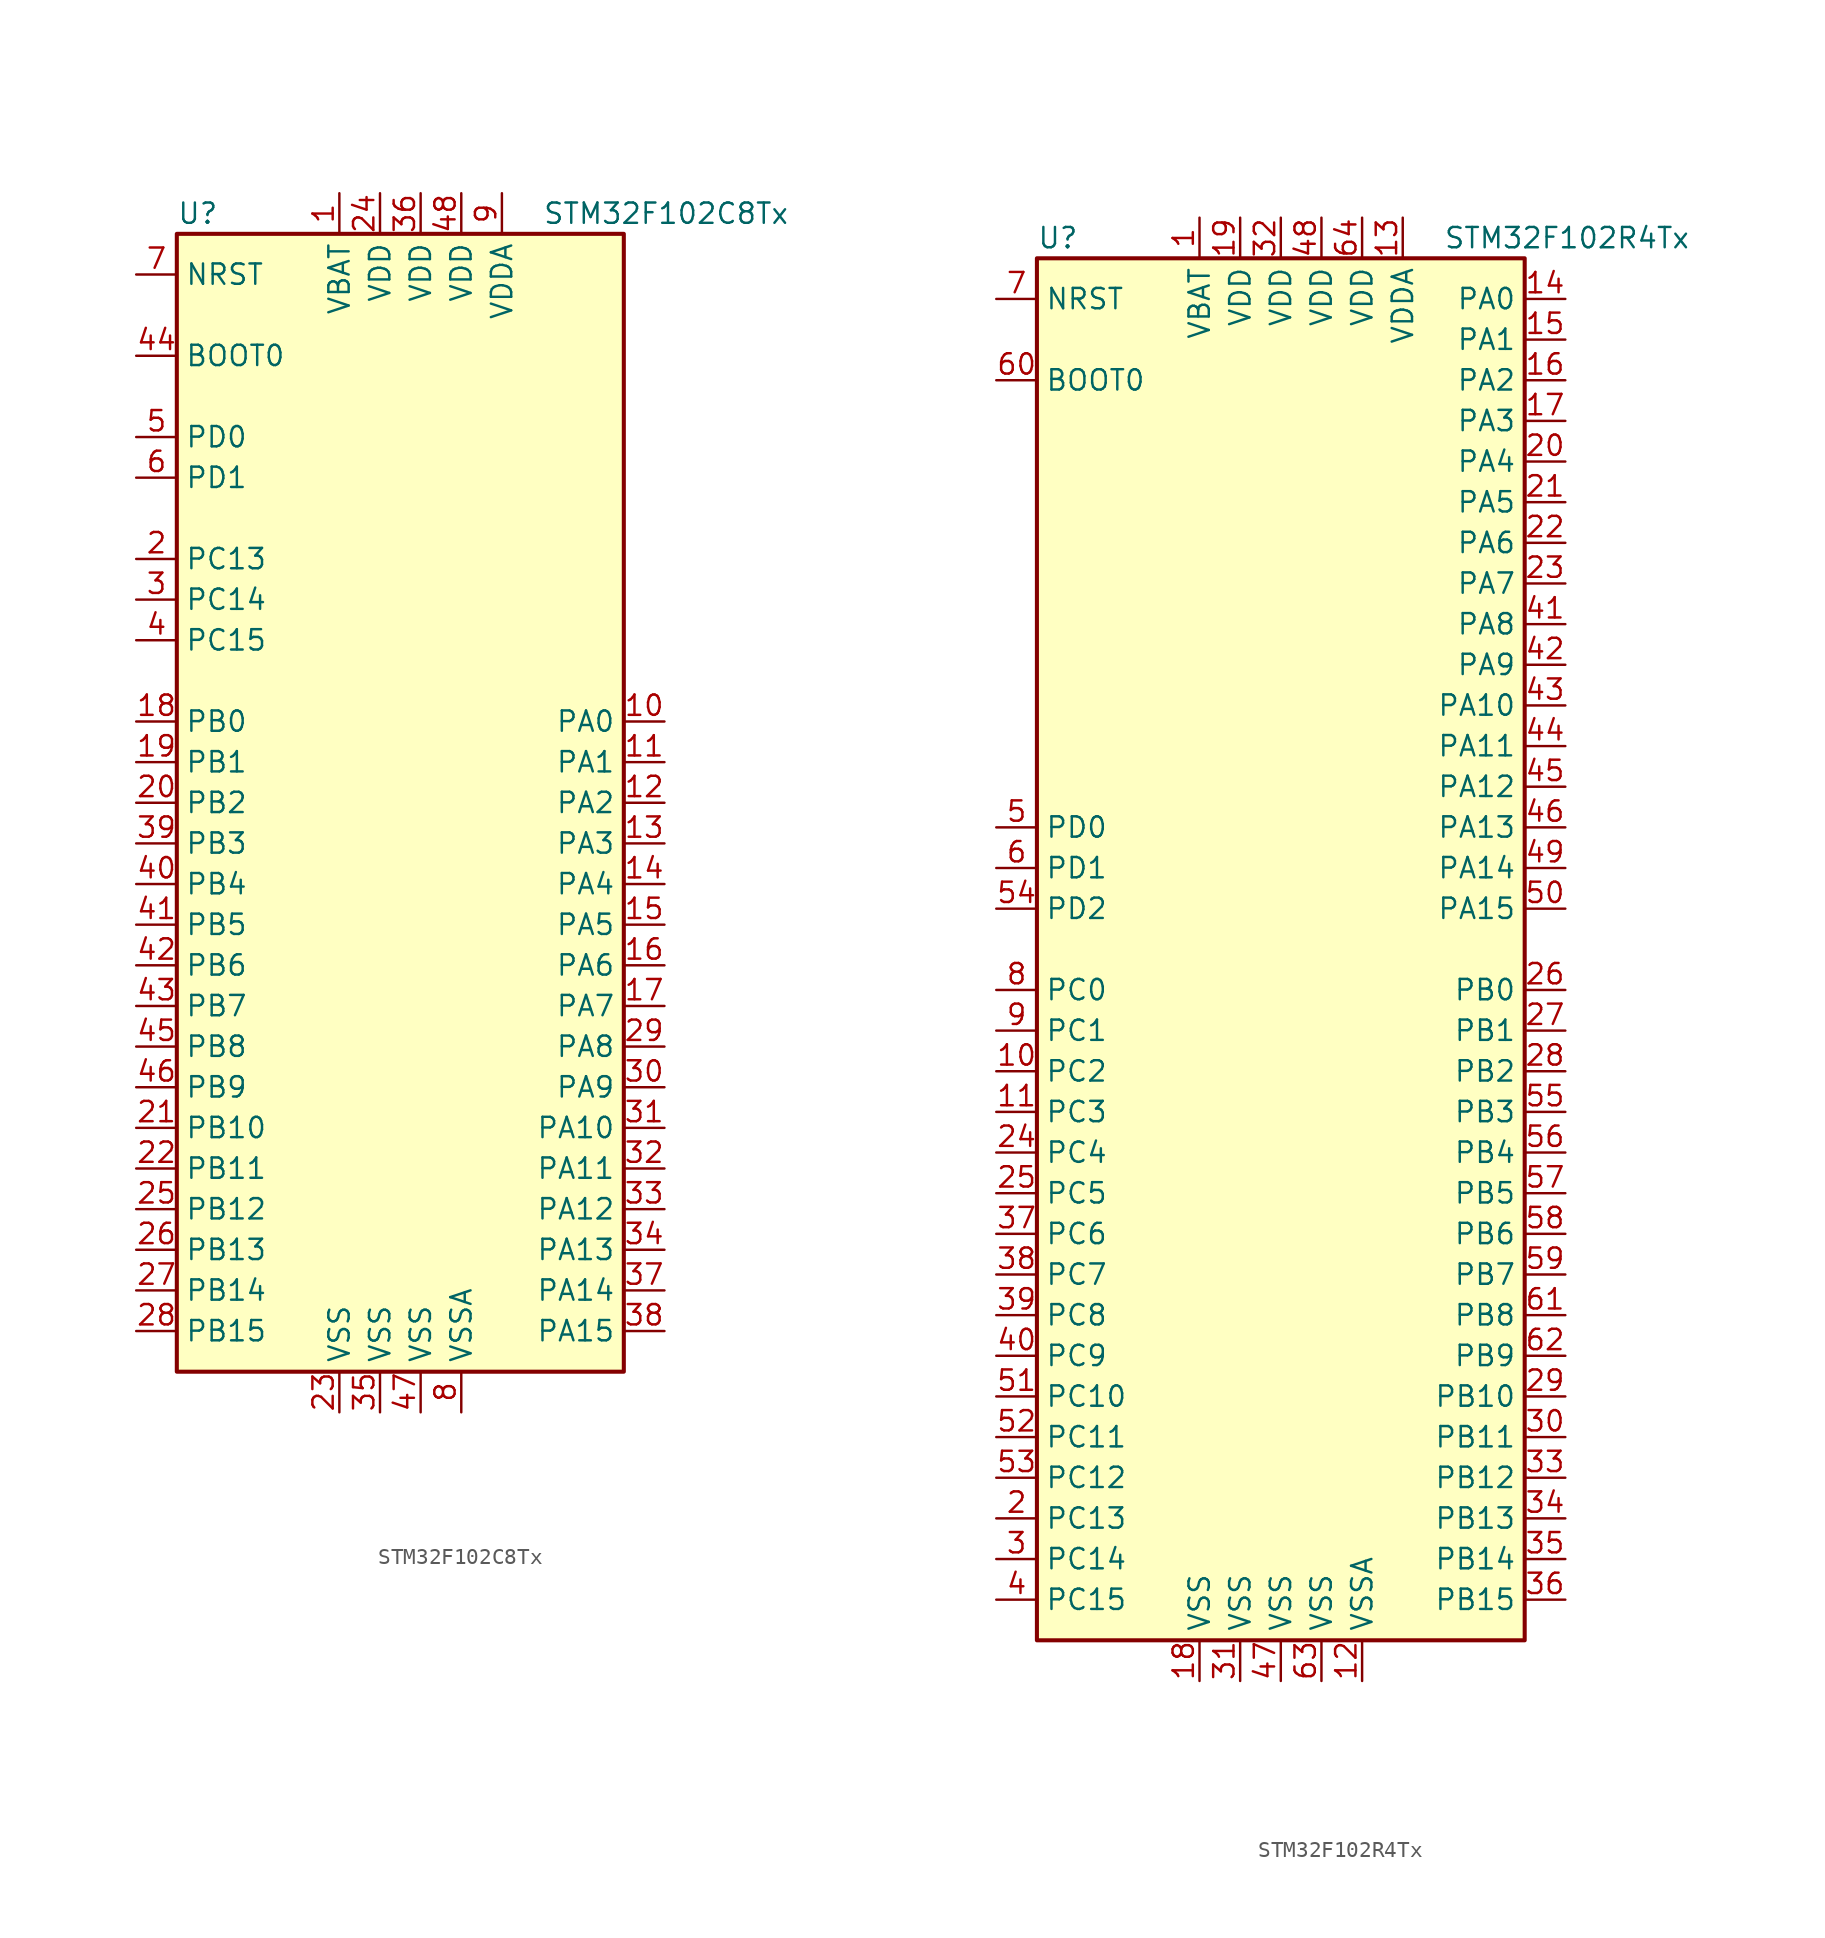
<source format=kicad_sym>
(kicad_symbol_lib
  (version 20201005)
  (generator kicad_symbol_editor)
  (symbol "MCU_ST_STM32F1:STM32F102C8Tx"
    (property "Reference" "U"
      (at -15.24 36.83 0)
      (effects (font (size 1.27 1.27)) (justify left)))
    (property "Value" "STM32F102C8Tx"
      (at 7.62 36.83 0)
      (effects (font (size 1.27 1.27)) (justify left)))
    (symbol "STM32F102C8Tx_0_1"
      (rectangle (start -15.24 -35.56) (end 12.7 35.56) (stroke (width 0.254)) (fill (type background))))
    (symbol "STM32F102C8Tx_1_1"
      (pin input line (at -17.78 27.94 0) (length 2.54) (name "BOOT0" (effects (font (size 1.27 1.27)))) (number "44" (effects (font (size 1.27 1.27)))))
      (pin input line (at -17.78 33.02 0) (length 2.54) (name "NRST" (effects (font (size 1.27 1.27)))) (number "7" (effects (font (size 1.27 1.27)))))
      (pin bidirectional line (at 15.24 5.08 180) (length 2.54) (name "PA0" (effects (font (size 1.27 1.27)))) (number "10" (effects (font (size 1.27 1.27)))))
      (pin bidirectional line (at 15.24 2.54 180) (length 2.54) (name "PA1" (effects (font (size 1.27 1.27)))) (number "11" (effects (font (size 1.27 1.27)))))
      (pin bidirectional line (at 15.24 -20.32 180) (length 2.54) (name "PA10" (effects (font (size 1.27 1.27)))) (number "31" (effects (font (size 1.27 1.27)))))
      (pin bidirectional line (at 15.24 -22.86 180) (length 2.54) (name "PA11" (effects (font (size 1.27 1.27)))) (number "32" (effects (font (size 1.27 1.27)))))
      (pin bidirectional line (at 15.24 -25.4 180) (length 2.54) (name "PA12" (effects (font (size 1.27 1.27)))) (number "33" (effects (font (size 1.27 1.27)))))
      (pin bidirectional line (at 15.24 -27.94 180) (length 2.54) (name "PA13" (effects (font (size 1.27 1.27)))) (number "34" (effects (font (size 1.27 1.27)))))
      (pin bidirectional line (at 15.24 -30.48 180) (length 2.54) (name "PA14" (effects (font (size 1.27 1.27)))) (number "37" (effects (font (size 1.27 1.27)))))
      (pin bidirectional line (at 15.24 -33.02 180) (length 2.54) (name "PA15" (effects (font (size 1.27 1.27)))) (number "38" (effects (font (size 1.27 1.27)))))
      (pin bidirectional line (at 15.24 0 180) (length 2.54) (name "PA2" (effects (font (size 1.27 1.27)))) (number "12" (effects (font (size 1.27 1.27)))))
      (pin bidirectional line (at 15.24 -2.54 180) (length 2.54) (name "PA3" (effects (font (size 1.27 1.27)))) (number "13" (effects (font (size 1.27 1.27)))))
      (pin bidirectional line (at 15.24 -5.08 180) (length 2.54) (name "PA4" (effects (font (size 1.27 1.27)))) (number "14" (effects (font (size 1.27 1.27)))))
      (pin bidirectional line (at 15.24 -7.62 180) (length 2.54) (name "PA5" (effects (font (size 1.27 1.27)))) (number "15" (effects (font (size 1.27 1.27)))))
      (pin bidirectional line (at 15.24 -10.16 180) (length 2.54) (name "PA6" (effects (font (size 1.27 1.27)))) (number "16" (effects (font (size 1.27 1.27)))))
      (pin bidirectional line (at 15.24 -12.7 180) (length 2.54) (name "PA7" (effects (font (size 1.27 1.27)))) (number "17" (effects (font (size 1.27 1.27)))))
      (pin bidirectional line (at 15.24 -15.24 180) (length 2.54) (name "PA8" (effects (font (size 1.27 1.27)))) (number "29" (effects (font (size 1.27 1.27)))))
      (pin bidirectional line (at 15.24 -17.78 180) (length 2.54) (name "PA9" (effects (font (size 1.27 1.27)))) (number "30" (effects (font (size 1.27 1.27)))))
      (pin bidirectional line (at -17.78 5.08 0) (length 2.54) (name "PB0" (effects (font (size 1.27 1.27)))) (number "18" (effects (font (size 1.27 1.27)))))
      (pin bidirectional line (at -17.78 2.54 0) (length 2.54) (name "PB1" (effects (font (size 1.27 1.27)))) (number "19" (effects (font (size 1.27 1.27)))))
      (pin bidirectional line (at -17.78 -20.32 0) (length 2.54) (name "PB10" (effects (font (size 1.27 1.27)))) (number "21" (effects (font (size 1.27 1.27)))))
      (pin bidirectional line (at -17.78 -22.86 0) (length 2.54) (name "PB11" (effects (font (size 1.27 1.27)))) (number "22" (effects (font (size 1.27 1.27)))))
      (pin bidirectional line (at -17.78 -25.4 0) (length 2.54) (name "PB12" (effects (font (size 1.27 1.27)))) (number "25" (effects (font (size 1.27 1.27)))))
      (pin bidirectional line (at -17.78 -27.94 0) (length 2.54) (name "PB13" (effects (font (size 1.27 1.27)))) (number "26" (effects (font (size 1.27 1.27)))))
      (pin bidirectional line (at -17.78 -30.48 0) (length 2.54) (name "PB14" (effects (font (size 1.27 1.27)))) (number "27" (effects (font (size 1.27 1.27)))))
      (pin bidirectional line (at -17.78 -33.02 0) (length 2.54) (name "PB15" (effects (font (size 1.27 1.27)))) (number "28" (effects (font (size 1.27 1.27)))))
      (pin bidirectional line (at -17.78 0 0) (length 2.54) (name "PB2" (effects (font (size 1.27 1.27)))) (number "20" (effects (font (size 1.27 1.27)))))
      (pin bidirectional line (at -17.78 -2.54 0) (length 2.54) (name "PB3" (effects (font (size 1.27 1.27)))) (number "39" (effects (font (size 1.27 1.27)))))
      (pin bidirectional line (at -17.78 -5.08 0) (length 2.54) (name "PB4" (effects (font (size 1.27 1.27)))) (number "40" (effects (font (size 1.27 1.27)))))
      (pin bidirectional line (at -17.78 -7.62 0) (length 2.54) (name "PB5" (effects (font (size 1.27 1.27)))) (number "41" (effects (font (size 1.27 1.27)))))
      (pin bidirectional line (at -17.78 -10.16 0) (length 2.54) (name "PB6" (effects (font (size 1.27 1.27)))) (number "42" (effects (font (size 1.27 1.27)))))
      (pin bidirectional line (at -17.78 -12.7 0) (length 2.54) (name "PB7" (effects (font (size 1.27 1.27)))) (number "43" (effects (font (size 1.27 1.27)))))
      (pin bidirectional line (at -17.78 -15.24 0) (length 2.54) (name "PB8" (effects (font (size 1.27 1.27)))) (number "45" (effects (font (size 1.27 1.27)))))
      (pin bidirectional line (at -17.78 -17.78 0) (length 2.54) (name "PB9" (effects (font (size 1.27 1.27)))) (number "46" (effects (font (size 1.27 1.27)))))
      (pin bidirectional line (at -17.78 15.24 0) (length 2.54) (name "PC13" (effects (font (size 1.27 1.27)))) (number "2" (effects (font (size 1.27 1.27)))))
      (pin bidirectional line (at -17.78 12.7 0) (length 2.54) (name "PC14" (effects (font (size 1.27 1.27)))) (number "3" (effects (font (size 1.27 1.27)))))
      (pin bidirectional line (at -17.78 10.16 0) (length 2.54) (name "PC15" (effects (font (size 1.27 1.27)))) (number "4" (effects (font (size 1.27 1.27)))))
      (pin input line (at -17.78 22.86 0) (length 2.54) (name "PD0" (effects (font (size 1.27 1.27)))) (number "5" (effects (font (size 1.27 1.27)))))
      (pin input line (at -17.78 20.32 0) (length 2.54) (name "PD1" (effects (font (size 1.27 1.27)))) (number "6" (effects (font (size 1.27 1.27)))))
      (pin power_in line (at -5.08 38.1 270) (length 2.54) (name "VBAT" (effects (font (size 1.27 1.27)))) (number "1" (effects (font (size 1.27 1.27)))))
      (pin power_in line (at -2.54 38.1 270) (length 2.54) (name "VDD" (effects (font (size 1.27 1.27)))) (number "24" (effects (font (size 1.27 1.27)))))
      (pin power_in line (at 0 38.1 270) (length 2.54) (name "VDD" (effects (font (size 1.27 1.27)))) (number "36" (effects (font (size 1.27 1.27)))))
      (pin power_in line (at 2.54 38.1 270) (length 2.54) (name "VDD" (effects (font (size 1.27 1.27)))) (number "48" (effects (font (size 1.27 1.27)))))
      (pin power_in line (at 5.08 38.1 270) (length 2.54) (name "VDDA" (effects (font (size 1.27 1.27)))) (number "9" (effects (font (size 1.27 1.27)))))
      (pin power_in line (at -5.08 -38.1 90) (length 2.54) (name "VSS" (effects (font (size 1.27 1.27)))) (number "23" (effects (font (size 1.27 1.27)))))
      (pin power_in line (at -2.54 -38.1 90) (length 2.54) (name "VSS" (effects (font (size 1.27 1.27)))) (number "35" (effects (font (size 1.27 1.27)))))
      (pin power_in line (at 0 -38.1 90) (length 2.54) (name "VSS" (effects (font (size 1.27 1.27)))) (number "47" (effects (font (size 1.27 1.27)))))
      (pin power_in line (at 2.54 -38.1 90) (length 2.54) (name "VSSA" (effects (font (size 1.27 1.27)))) (number "8" (effects (font (size 1.27 1.27)))))))
  (symbol "MCU_ST_STM32F1:STM32F102R4Tx"
    (property "Reference" "U"
      (at -15.24 44.45 0)
      (effects (font (size 1.27 1.27)) (justify left)))
    (property "Value" "STM32F102R4Tx"
      (at 10.16 44.45 0)
      (effects (font (size 1.27 1.27)) (justify left)))
    (symbol "STM32F102R4Tx_0_1"
      (rectangle (start -15.24 -43.18) (end 15.24 43.18) (stroke (width 0.254)) (fill (type background))))
    (symbol "STM32F102R4Tx_1_1"
      (pin input line (at -17.78 35.56 0) (length 2.54) (name "BOOT0" (effects (font (size 1.27 1.27)))) (number "60" (effects (font (size 1.27 1.27)))))
      (pin input line (at -17.78 40.64 0) (length 2.54) (name "NRST" (effects (font (size 1.27 1.27)))) (number "7" (effects (font (size 1.27 1.27)))))
      (pin bidirectional line (at 17.78 40.64 180) (length 2.54) (name "PA0" (effects (font (size 1.27 1.27)))) (number "14" (effects (font (size 1.27 1.27)))))
      (pin bidirectional line (at 17.78 38.1 180) (length 2.54) (name "PA1" (effects (font (size 1.27 1.27)))) (number "15" (effects (font (size 1.27 1.27)))))
      (pin bidirectional line (at 17.78 15.24 180) (length 2.54) (name "PA10" (effects (font (size 1.27 1.27)))) (number "43" (effects (font (size 1.27 1.27)))))
      (pin bidirectional line (at 17.78 12.7 180) (length 2.54) (name "PA11" (effects (font (size 1.27 1.27)))) (number "44" (effects (font (size 1.27 1.27)))))
      (pin bidirectional line (at 17.78 10.16 180) (length 2.54) (name "PA12" (effects (font (size 1.27 1.27)))) (number "45" (effects (font (size 1.27 1.27)))))
      (pin bidirectional line (at 17.78 7.62 180) (length 2.54) (name "PA13" (effects (font (size 1.27 1.27)))) (number "46" (effects (font (size 1.27 1.27)))))
      (pin bidirectional line (at 17.78 5.08 180) (length 2.54) (name "PA14" (effects (font (size 1.27 1.27)))) (number "49" (effects (font (size 1.27 1.27)))))
      (pin bidirectional line (at 17.78 2.54 180) (length 2.54) (name "PA15" (effects (font (size 1.27 1.27)))) (number "50" (effects (font (size 1.27 1.27)))))
      (pin bidirectional line (at 17.78 35.56 180) (length 2.54) (name "PA2" (effects (font (size 1.27 1.27)))) (number "16" (effects (font (size 1.27 1.27)))))
      (pin bidirectional line (at 17.78 33.02 180) (length 2.54) (name "PA3" (effects (font (size 1.27 1.27)))) (number "17" (effects (font (size 1.27 1.27)))))
      (pin bidirectional line (at 17.78 30.48 180) (length 2.54) (name "PA4" (effects (font (size 1.27 1.27)))) (number "20" (effects (font (size 1.27 1.27)))))
      (pin bidirectional line (at 17.78 27.94 180) (length 2.54) (name "PA5" (effects (font (size 1.27 1.27)))) (number "21" (effects (font (size 1.27 1.27)))))
      (pin bidirectional line (at 17.78 25.4 180) (length 2.54) (name "PA6" (effects (font (size 1.27 1.27)))) (number "22" (effects (font (size 1.27 1.27)))))
      (pin bidirectional line (at 17.78 22.86 180) (length 2.54) (name "PA7" (effects (font (size 1.27 1.27)))) (number "23" (effects (font (size 1.27 1.27)))))
      (pin bidirectional line (at 17.78 20.32 180) (length 2.54) (name "PA8" (effects (font (size 1.27 1.27)))) (number "41" (effects (font (size 1.27 1.27)))))
      (pin bidirectional line (at 17.78 17.78 180) (length 2.54) (name "PA9" (effects (font (size 1.27 1.27)))) (number "42" (effects (font (size 1.27 1.27)))))
      (pin bidirectional line (at 17.78 -2.54 180) (length 2.54) (name "PB0" (effects (font (size 1.27 1.27)))) (number "26" (effects (font (size 1.27 1.27)))))
      (pin bidirectional line (at 17.78 -5.08 180) (length 2.54) (name "PB1" (effects (font (size 1.27 1.27)))) (number "27" (effects (font (size 1.27 1.27)))))
      (pin bidirectional line (at 17.78 -27.94 180) (length 2.54) (name "PB10" (effects (font (size 1.27 1.27)))) (number "29" (effects (font (size 1.27 1.27)))))
      (pin bidirectional line (at 17.78 -30.48 180) (length 2.54) (name "PB11" (effects (font (size 1.27 1.27)))) (number "30" (effects (font (size 1.27 1.27)))))
      (pin bidirectional line (at 17.78 -33.02 180) (length 2.54) (name "PB12" (effects (font (size 1.27 1.27)))) (number "33" (effects (font (size 1.27 1.27)))))
      (pin bidirectional line (at 17.78 -35.56 180) (length 2.54) (name "PB13" (effects (font (size 1.27 1.27)))) (number "34" (effects (font (size 1.27 1.27)))))
      (pin bidirectional line (at 17.78 -38.1 180) (length 2.54) (name "PB14" (effects (font (size 1.27 1.27)))) (number "35" (effects (font (size 1.27 1.27)))))
      (pin bidirectional line (at 17.78 -40.64 180) (length 2.54) (name "PB15" (effects (font (size 1.27 1.27)))) (number "36" (effects (font (size 1.27 1.27)))))
      (pin bidirectional line (at 17.78 -7.62 180) (length 2.54) (name "PB2" (effects (font (size 1.27 1.27)))) (number "28" (effects (font (size 1.27 1.27)))))
      (pin bidirectional line (at 17.78 -10.16 180) (length 2.54) (name "PB3" (effects (font (size 1.27 1.27)))) (number "55" (effects (font (size 1.27 1.27)))))
      (pin bidirectional line (at 17.78 -12.7 180) (length 2.54) (name "PB4" (effects (font (size 1.27 1.27)))) (number "56" (effects (font (size 1.27 1.27)))))
      (pin bidirectional line (at 17.78 -15.24 180) (length 2.54) (name "PB5" (effects (font (size 1.27 1.27)))) (number "57" (effects (font (size 1.27 1.27)))))
      (pin bidirectional line (at 17.78 -17.78 180) (length 2.54) (name "PB6" (effects (font (size 1.27 1.27)))) (number "58" (effects (font (size 1.27 1.27)))))
      (pin bidirectional line (at 17.78 -20.32 180) (length 2.54) (name "PB7" (effects (font (size 1.27 1.27)))) (number "59" (effects (font (size 1.27 1.27)))))
      (pin bidirectional line (at 17.78 -22.86 180) (length 2.54) (name "PB8" (effects (font (size 1.27 1.27)))) (number "61" (effects (font (size 1.27 1.27)))))
      (pin bidirectional line (at 17.78 -25.4 180) (length 2.54) (name "PB9" (effects (font (size 1.27 1.27)))) (number "62" (effects (font (size 1.27 1.27)))))
      (pin bidirectional line (at -17.78 -2.54 0) (length 2.54) (name "PC0" (effects (font (size 1.27 1.27)))) (number "8" (effects (font (size 1.27 1.27)))))
      (pin bidirectional line (at -17.78 -5.08 0) (length 2.54) (name "PC1" (effects (font (size 1.27 1.27)))) (number "9" (effects (font (size 1.27 1.27)))))
      (pin bidirectional line (at -17.78 -27.94 0) (length 2.54) (name "PC10" (effects (font (size 1.27 1.27)))) (number "51" (effects (font (size 1.27 1.27)))))
      (pin bidirectional line (at -17.78 -30.48 0) (length 2.54) (name "PC11" (effects (font (size 1.27 1.27)))) (number "52" (effects (font (size 1.27 1.27)))))
      (pin bidirectional line (at -17.78 -33.02 0) (length 2.54) (name "PC12" (effects (font (size 1.27 1.27)))) (number "53" (effects (font (size 1.27 1.27)))))
      (pin bidirectional line (at -17.78 -35.56 0) (length 2.54) (name "PC13" (effects (font (size 1.27 1.27)))) (number "2" (effects (font (size 1.27 1.27)))))
      (pin bidirectional line (at -17.78 -38.1 0) (length 2.54) (name "PC14" (effects (font (size 1.27 1.27)))) (number "3" (effects (font (size 1.27 1.27)))))
      (pin bidirectional line (at -17.78 -40.64 0) (length 2.54) (name "PC15" (effects (font (size 1.27 1.27)))) (number "4" (effects (font (size 1.27 1.27)))))
      (pin bidirectional line (at -17.78 -7.62 0) (length 2.54) (name "PC2" (effects (font (size 1.27 1.27)))) (number "10" (effects (font (size 1.27 1.27)))))
      (pin bidirectional line (at -17.78 -10.16 0) (length 2.54) (name "PC3" (effects (font (size 1.27 1.27)))) (number "11" (effects (font (size 1.27 1.27)))))
      (pin bidirectional line (at -17.78 -12.7 0) (length 2.54) (name "PC4" (effects (font (size 1.27 1.27)))) (number "24" (effects (font (size 1.27 1.27)))))
      (pin bidirectional line (at -17.78 -15.24 0) (length 2.54) (name "PC5" (effects (font (size 1.27 1.27)))) (number "25" (effects (font (size 1.27 1.27)))))
      (pin bidirectional line (at -17.78 -17.78 0) (length 2.54) (name "PC6" (effects (font (size 1.27 1.27)))) (number "37" (effects (font (size 1.27 1.27)))))
      (pin bidirectional line (at -17.78 -20.32 0) (length 2.54) (name "PC7" (effects (font (size 1.27 1.27)))) (number "38" (effects (font (size 1.27 1.27)))))
      (pin bidirectional line (at -17.78 -22.86 0) (length 2.54) (name "PC8" (effects (font (size 1.27 1.27)))) (number "39" (effects (font (size 1.27 1.27)))))
      (pin bidirectional line (at -17.78 -25.4 0) (length 2.54) (name "PC9" (effects (font (size 1.27 1.27)))) (number "40" (effects (font (size 1.27 1.27)))))
      (pin input line (at -17.78 7.62 0) (length 2.54) (name "PD0" (effects (font (size 1.27 1.27)))) (number "5" (effects (font (size 1.27 1.27)))))
      (pin input line (at -17.78 5.08 0) (length 2.54) (name "PD1" (effects (font (size 1.27 1.27)))) (number "6" (effects (font (size 1.27 1.27)))))
      (pin bidirectional line (at -17.78 2.54 0) (length 2.54) (name "PD2" (effects (font (size 1.27 1.27)))) (number "54" (effects (font (size 1.27 1.27)))))
      (pin power_in line (at -5.08 45.72 270) (length 2.54) (name "VBAT" (effects (font (size 1.27 1.27)))) (number "1" (effects (font (size 1.27 1.27)))))
      (pin power_in line (at -2.54 45.72 270) (length 2.54) (name "VDD" (effects (font (size 1.27 1.27)))) (number "19" (effects (font (size 1.27 1.27)))))
      (pin power_in line (at 0 45.72 270) (length 2.54) (name "VDD" (effects (font (size 1.27 1.27)))) (number "32" (effects (font (size 1.27 1.27)))))
      (pin power_in line (at 2.54 45.72 270) (length 2.54) (name "VDD" (effects (font (size 1.27 1.27)))) (number "48" (effects (font (size 1.27 1.27)))))
      (pin power_in line (at 5.08 45.72 270) (length 2.54) (name "VDD" (effects (font (size 1.27 1.27)))) (number "64" (effects (font (size 1.27 1.27)))))
      (pin power_in line (at 7.62 45.72 270) (length 2.54) (name "VDDA" (effects (font (size 1.27 1.27)))) (number "13" (effects (font (size 1.27 1.27)))))
      (pin power_in line (at -5.08 -45.72 90) (length 2.54) (name "VSS" (effects (font (size 1.27 1.27)))) (number "18" (effects (font (size 1.27 1.27)))))
      (pin power_in line (at -2.54 -45.72 90) (length 2.54) (name "VSS" (effects (font (size 1.27 1.27)))) (number "31" (effects (font (size 1.27 1.27)))))
      (pin power_in line (at 0 -45.72 90) (length 2.54) (name "VSS" (effects (font (size 1.27 1.27)))) (number "47" (effects (font (size 1.27 1.27)))))
      (pin power_in line (at 2.54 -45.72 90) (length 2.54) (name "VSS" (effects (font (size 1.27 1.27)))) (number "63" (effects (font (size 1.27 1.27)))))
      (pin power_in line (at 5.08 -45.72 90) (length 2.54) (name "VSSA" (effects (font (size 1.27 1.27)))) (number "12" (effects (font (size 1.27 1.27))))))))
</source>
